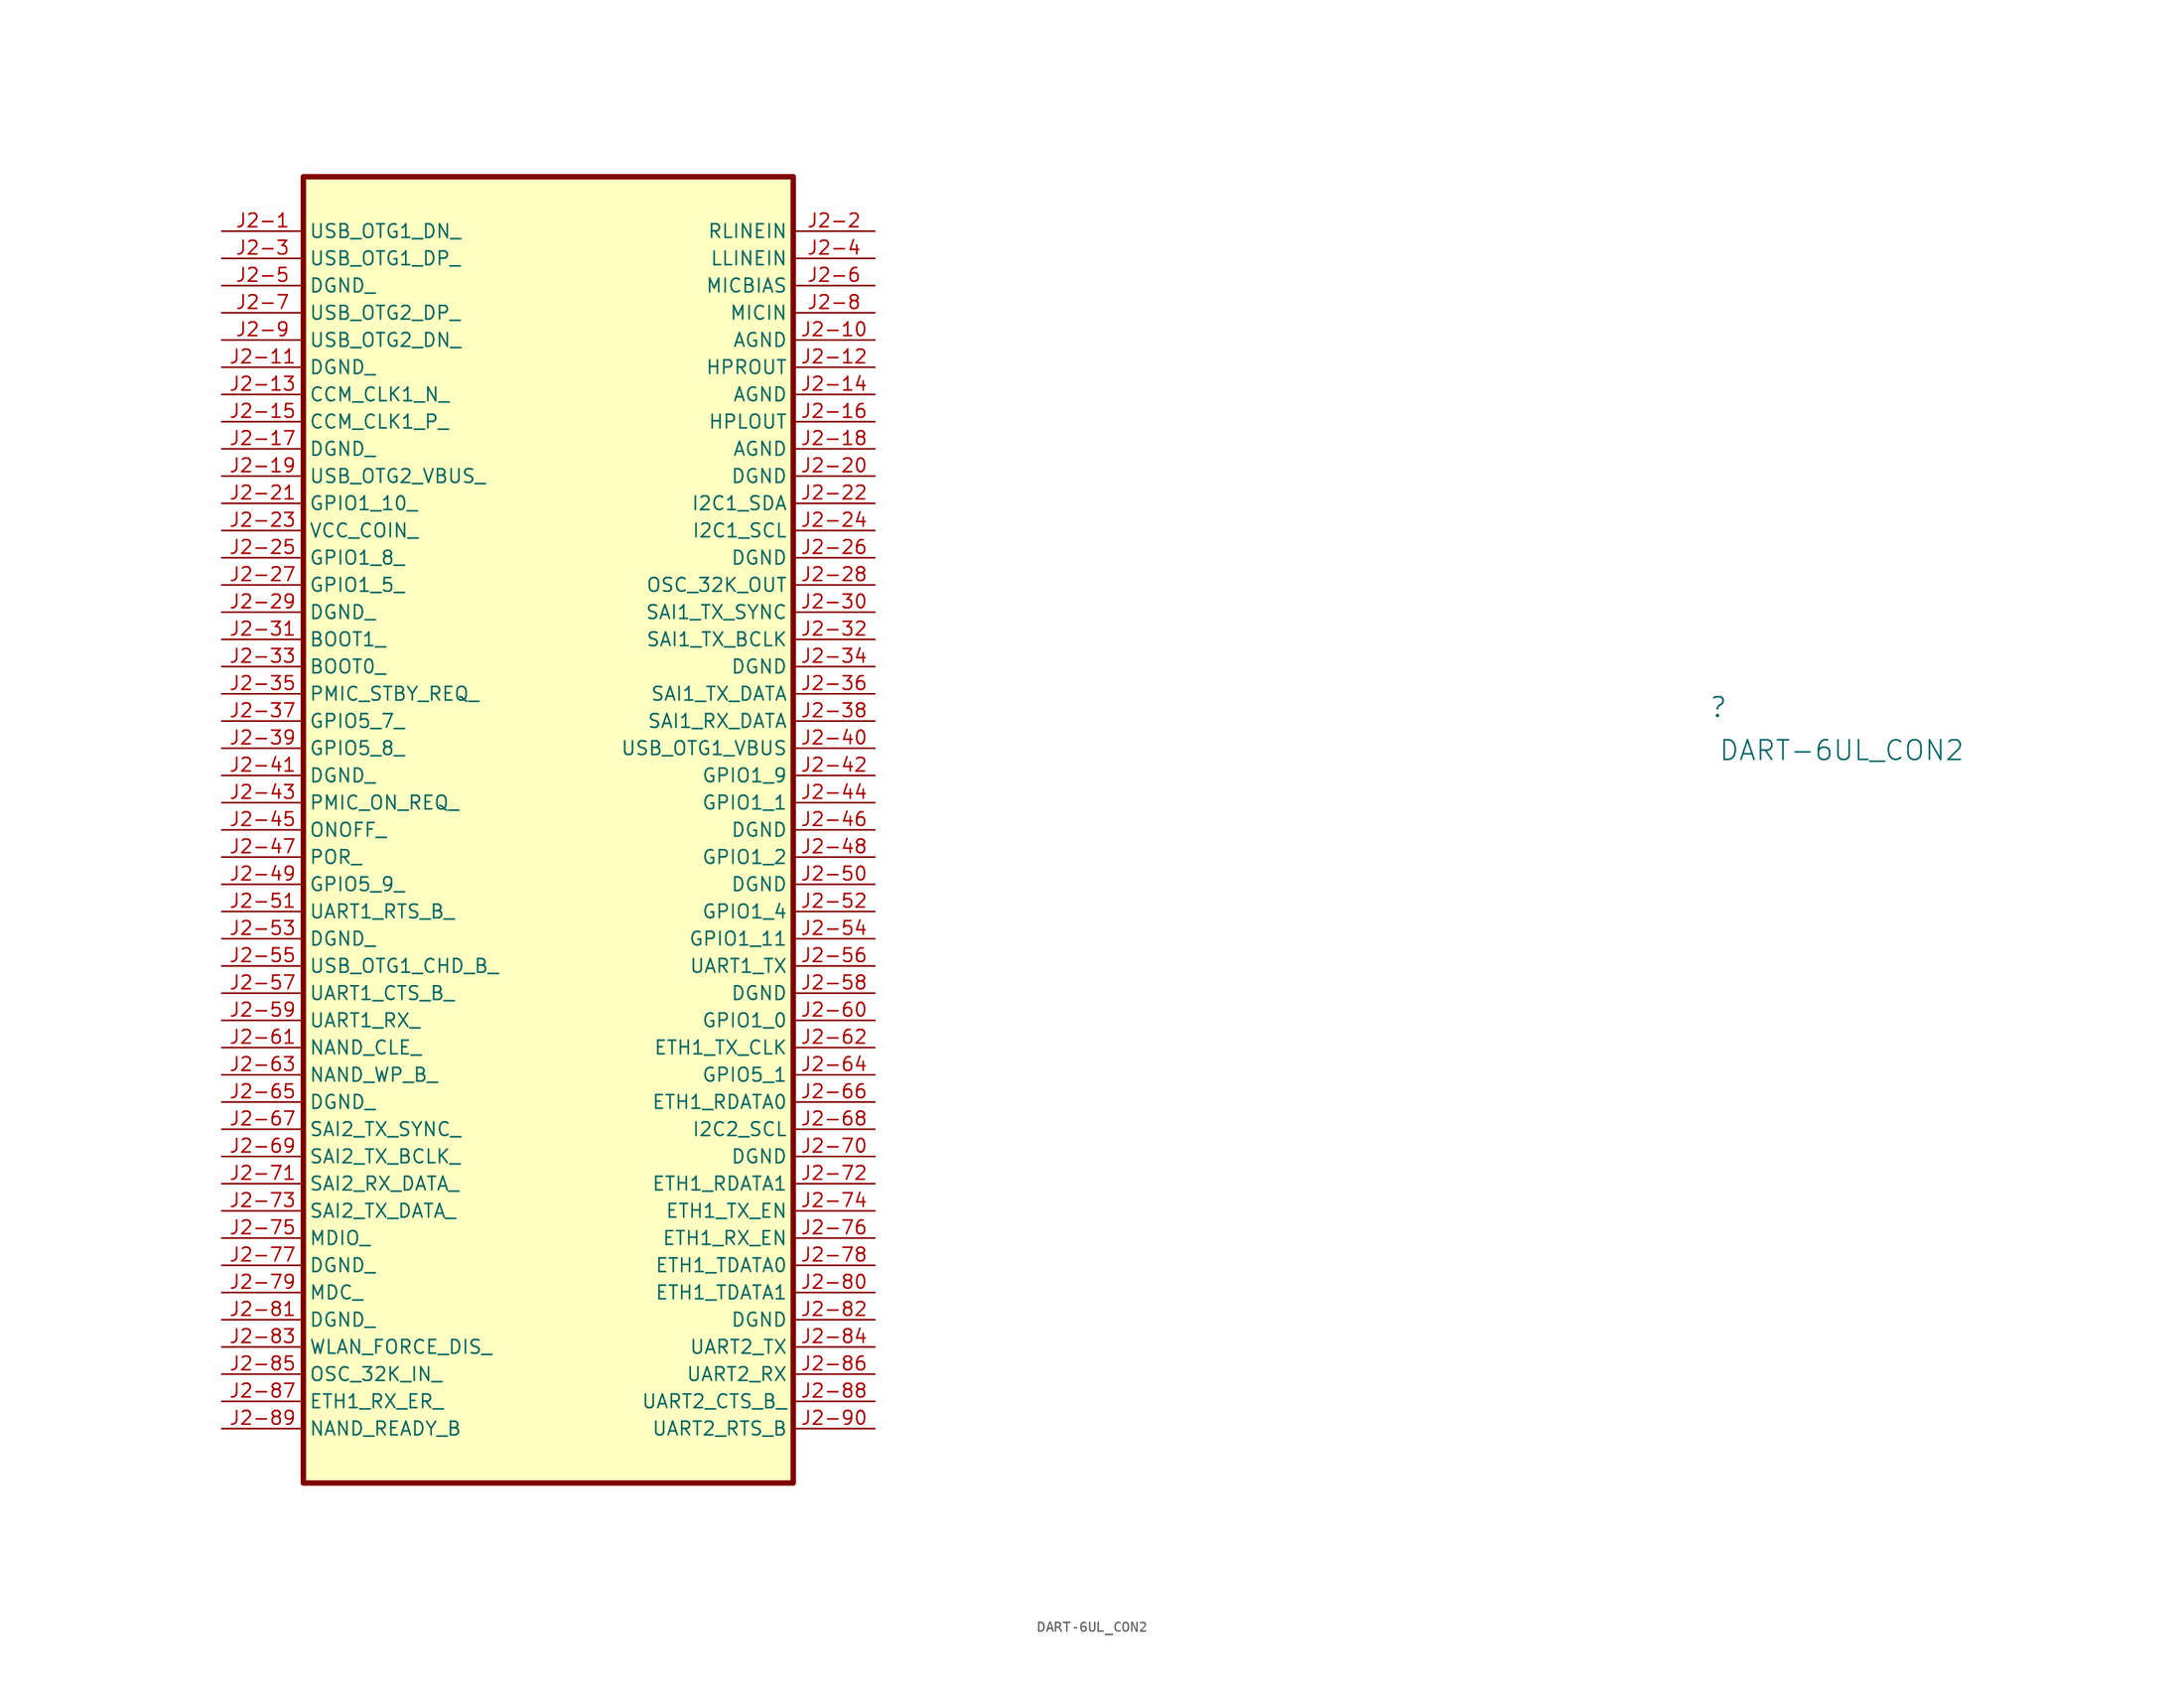
<source format=kicad_sym>
(kicad_symbol_lib
  (version 20241209)
  (generator "kicad_symbol_editor")
  (generator_version "9.0")
  (symbol "DART-6UL_CON2"
    (property "Reference" ""
      (at 7.62 1.27 0)
      (effects (font (size 1.829 1.829))))
    (property "Value" "DART-6UL_CON2"
      (at 7.62 -3.81 0)
      (effects (font (size 1.829 1.829)) (justify left bottom)))
    (symbol "DART-6UL_CON2_1_0"
      (rectangle (start -78.74 50.8) (end -124.46 -71.12) (stroke (width 0.508) (type solid) (color 128 0 0 1)) (fill (type background)))
      (pin passive line (at -132.08 45.72 0) (length 7.62) (name "USB_OTG1_DN_" (effects (font (size 1.27 1.27)))) (number "J2-1" (effects (font (size 1.27 1.27)))))
      (pin passive line (at -132.08 43.18 0) (length 7.62) (name "USB_OTG1_DP_" (effects (font (size 1.27 1.27)))) (number "J2-3" (effects (font (size 1.27 1.27)))))
      (pin passive line (at -132.08 40.64 0) (length 7.62) (name "DGND_" (effects (font (size 1.27 1.27)))) (number "J2-5" (effects (font (size 1.27 1.27)))))
      (pin passive line (at -132.08 38.1 0) (length 7.62) (name "USB_OTG2_DP_" (effects (font (size 1.27 1.27)))) (number "J2-7" (effects (font (size 1.27 1.27)))))
      (pin passive line (at -132.08 35.56 0) (length 7.62) (name "USB_OTG2_DN_" (effects (font (size 1.27 1.27)))) (number "J2-9" (effects (font (size 1.27 1.27)))))
      (pin passive line (at -132.08 33.02 0) (length 7.62) (name "DGND_" (effects (font (size 1.27 1.27)))) (number "J2-11" (effects (font (size 1.27 1.27)))))
      (pin passive line (at -132.08 30.48 0) (length 7.62) (name "CCM_CLK1_N_" (effects (font (size 1.27 1.27)))) (number "J2-13" (effects (font (size 1.27 1.27)))))
      (pin passive line (at -132.08 27.94 0) (length 7.62) (name "CCM_CLK1_P_" (effects (font (size 1.27 1.27)))) (number "J2-15" (effects (font (size 1.27 1.27)))))
      (pin passive line (at -132.08 25.4 0) (length 7.62) (name "DGND_" (effects (font (size 1.27 1.27)))) (number "J2-17" (effects (font (size 1.27 1.27)))))
      (pin passive line (at -132.08 22.86 0) (length 7.62) (name "USB_OTG2_VBUS_" (effects (font (size 1.27 1.27)))) (number "J2-19" (effects (font (size 1.27 1.27)))))
      (pin passive line (at -132.08 20.32 0) (length 7.62) (name "GPIO1_10_" (effects (font (size 1.27 1.27)))) (number "J2-21" (effects (font (size 1.27 1.27)))))
      (pin passive line (at -132.08 17.78 0) (length 7.62) (name "VCC_COIN_" (effects (font (size 1.27 1.27)))) (number "J2-23" (effects (font (size 1.27 1.27)))))
      (pin passive line (at -132.08 15.24 0) (length 7.62) (name "GPIO1_8_" (effects (font (size 1.27 1.27)))) (number "J2-25" (effects (font (size 1.27 1.27)))))
      (pin passive line (at -132.08 12.7 0) (length 7.62) (name "GPIO1_5_" (effects (font (size 1.27 1.27)))) (number "J2-27" (effects (font (size 1.27 1.27)))))
      (pin passive line (at -132.08 10.16 0) (length 7.62) (name "DGND_" (effects (font (size 1.27 1.27)))) (number "J2-29" (effects (font (size 1.27 1.27)))))
      (pin passive line (at -132.08 7.62 0) (length 7.62) (name "BOOT1_" (effects (font (size 1.27 1.27)))) (number "J2-31" (effects (font (size 1.27 1.27)))))
      (pin passive line (at -132.08 5.08 0) (length 7.62) (name "BOOT0_" (effects (font (size 1.27 1.27)))) (number "J2-33" (effects (font (size 1.27 1.27)))))
      (pin passive line (at -132.08 2.54 0) (length 7.62) (name "PMIC_STBY_REQ_" (effects (font (size 1.27 1.27)))) (number "J2-35" (effects (font (size 1.27 1.27)))))
      (pin passive line (at -132.08 0 0) (length 7.62) (name "GPIO5_7_" (effects (font (size 1.27 1.27)))) (number "J2-37" (effects (font (size 1.27 1.27)))))
      (pin passive line (at -132.08 -2.54 0) (length 7.62) (name "GPIO5_8_" (effects (font (size 1.27 1.27)))) (number "J2-39" (effects (font (size 1.27 1.27)))))
      (pin passive line (at -132.08 -5.08 0) (length 7.62) (name "DGND_" (effects (font (size 1.27 1.27)))) (number "J2-41" (effects (font (size 1.27 1.27)))))
      (pin passive line (at -132.08 -7.62 0) (length 7.62) (name "PMIC_ON_REQ_" (effects (font (size 1.27 1.27)))) (number "J2-43" (effects (font (size 1.27 1.27)))))
      (pin passive line (at -132.08 -10.16 0) (length 7.62) (name "ONOFF_" (effects (font (size 1.27 1.27)))) (number "J2-45" (effects (font (size 1.27 1.27)))))
      (pin passive line (at -132.08 -12.7 0) (length 7.62) (name "POR_" (effects (font (size 1.27 1.27)))) (number "J2-47" (effects (font (size 1.27 1.27)))))
      (pin passive line (at -132.08 -15.24 0) (length 7.62) (name "GPIO5_9_" (effects (font (size 1.27 1.27)))) (number "J2-49" (effects (font (size 1.27 1.27)))))
      (pin passive line (at -132.08 -17.78 0) (length 7.62) (name "UART1_RTS_B_" (effects (font (size 1.27 1.27)))) (number "J2-51" (effects (font (size 1.27 1.27)))))
      (pin passive line (at -132.08 -20.32 0) (length 7.62) (name "DGND_" (effects (font (size 1.27 1.27)))) (number "J2-53" (effects (font (size 1.27 1.27)))))
      (pin passive line (at -132.08 -22.86 0) (length 7.62) (name "USB_OTG1_CHD_B_" (effects (font (size 1.27 1.27)))) (number "J2-55" (effects (font (size 1.27 1.27)))))
      (pin passive line (at -132.08 -25.4 0) (length 7.62) (name "UART1_CTS_B_" (effects (font (size 1.27 1.27)))) (number "J2-57" (effects (font (size 1.27 1.27)))))
      (pin passive line (at -132.08 -27.94 0) (length 7.62) (name "UART1_RX_" (effects (font (size 1.27 1.27)))) (number "J2-59" (effects (font (size 1.27 1.27)))))
      (pin passive line (at -132.08 -30.48 0) (length 7.62) (name "NAND_CLE_" (effects (font (size 1.27 1.27)))) (number "J2-61" (effects (font (size 1.27 1.27)))))
      (pin passive line (at -132.08 -33.02 0) (length 7.62) (name "NAND_WP_B_" (effects (font (size 1.27 1.27)))) (number "J2-63" (effects (font (size 1.27 1.27)))))
      (pin passive line (at -132.08 -35.56 0) (length 7.62) (name "DGND_" (effects (font (size 1.27 1.27)))) (number "J2-65" (effects (font (size 1.27 1.27)))))
      (pin passive line (at -132.08 -38.1 0) (length 7.62) (name "SAI2_TX_SYNC_" (effects (font (size 1.27 1.27)))) (number "J2-67" (effects (font (size 1.27 1.27)))))
      (pin passive line (at -132.08 -40.64 0) (length 7.62) (name "SAI2_TX_BCLK_" (effects (font (size 1.27 1.27)))) (number "J2-69" (effects (font (size 1.27 1.27)))))
      (pin passive line (at -132.08 -43.18 0) (length 7.62) (name "SAI2_RX_DATA_" (effects (font (size 1.27 1.27)))) (number "J2-71" (effects (font (size 1.27 1.27)))))
      (pin passive line (at -132.08 -45.72 0) (length 7.62) (name "SAI2_TX_DATA_" (effects (font (size 1.27 1.27)))) (number "J2-73" (effects (font (size 1.27 1.27)))))
      (pin passive line (at -132.08 -48.26 0) (length 7.62) (name "MDIO_" (effects (font (size 1.27 1.27)))) (number "J2-75" (effects (font (size 1.27 1.27)))))
      (pin passive line (at -132.08 -50.8 0) (length 7.62) (name "DGND_" (effects (font (size 1.27 1.27)))) (number "J2-77" (effects (font (size 1.27 1.27)))))
      (pin passive line (at -132.08 -53.34 0) (length 7.62) (name "MDC_" (effects (font (size 1.27 1.27)))) (number "J2-79" (effects (font (size 1.27 1.27)))))
      (pin passive line (at -132.08 -55.88 0) (length 7.62) (name "DGND_" (effects (font (size 1.27 1.27)))) (number "J2-81" (effects (font (size 1.27 1.27)))))
      (pin passive line (at -132.08 -58.42 0) (length 7.62) (name "WLAN_FORCE_DIS_" (effects (font (size 1.27 1.27)))) (number "J2-83" (effects (font (size 1.27 1.27)))))
      (pin passive line (at -132.08 -60.96 0) (length 7.62) (name "OSC_32K_IN_" (effects (font (size 1.27 1.27)))) (number "J2-85" (effects (font (size 1.27 1.27)))))
      (pin passive line (at -132.08 -63.5 0) (length 7.62) (name "ETH1_RX_ER_" (effects (font (size 1.27 1.27)))) (number "J2-87" (effects (font (size 1.27 1.27)))))
      (pin passive line (at -132.08 -66.04 0) (length 7.62) (name "NAND_READY_B" (effects (font (size 1.27 1.27)))) (number "J2-89" (effects (font (size 1.27 1.27)))))
      (pin passive line (at -71.12 45.72 180) (length 7.62) (name "RLINEIN" (effects (font (size 1.27 1.27)))) (number "J2-2" (effects (font (size 1.27 1.27)))))
      (pin passive line (at -71.12 43.18 180) (length 7.62) (name "LLINEIN" (effects (font (size 1.27 1.27)))) (number "J2-4" (effects (font (size 1.27 1.27)))))
      (pin passive line (at -71.12 40.64 180) (length 7.62) (name "MICBIAS" (effects (font (size 1.27 1.27)))) (number "J2-6" (effects (font (size 1.27 1.27)))))
      (pin passive line (at -71.12 38.1 180) (length 7.62) (name "MICIN" (effects (font (size 1.27 1.27)))) (number "J2-8" (effects (font (size 1.27 1.27)))))
      (pin passive line (at -71.12 35.56 180) (length 7.62) (name "AGND" (effects (font (size 1.27 1.27)))) (number "J2-10" (effects (font (size 1.27 1.27)))))
      (pin passive line (at -71.12 33.02 180) (length 7.62) (name "HPROUT" (effects (font (size 1.27 1.27)))) (number "J2-12" (effects (font (size 1.27 1.27)))))
      (pin passive line (at -71.12 30.48 180) (length 7.62) (name "AGND" (effects (font (size 1.27 1.27)))) (number "J2-14" (effects (font (size 1.27 1.27)))))
      (pin passive line (at -71.12 27.94 180) (length 7.62) (name "HPLOUT" (effects (font (size 1.27 1.27)))) (number "J2-16" (effects (font (size 1.27 1.27)))))
      (pin passive line (at -71.12 25.4 180) (length 7.62) (name "AGND" (effects (font (size 1.27 1.27)))) (number "J2-18" (effects (font (size 1.27 1.27)))))
      (pin passive line (at -71.12 22.86 180) (length 7.62) (name "DGND" (effects (font (size 1.27 1.27)))) (number "J2-20" (effects (font (size 1.27 1.27)))))
      (pin passive line (at -71.12 20.32 180) (length 7.62) (name "I2C1_SDA" (effects (font (size 1.27 1.27)))) (number "J2-22" (effects (font (size 1.27 1.27)))))
      (pin passive line (at -71.12 17.78 180) (length 7.62) (name "I2C1_SCL" (effects (font (size 1.27 1.27)))) (number "J2-24" (effects (font (size 1.27 1.27)))))
      (pin passive line (at -71.12 15.24 180) (length 7.62) (name "DGND" (effects (font (size 1.27 1.27)))) (number "J2-26" (effects (font (size 1.27 1.27)))))
      (pin passive line (at -71.12 12.7 180) (length 7.62) (name "OSC_32K_OUT" (effects (font (size 1.27 1.27)))) (number "J2-28" (effects (font (size 1.27 1.27)))))
      (pin passive line (at -71.12 10.16 180) (length 7.62) (name "SAI1_TX_SYNC" (effects (font (size 1.27 1.27)))) (number "J2-30" (effects (font (size 1.27 1.27)))))
      (pin passive line (at -71.12 7.62 180) (length 7.62) (name "SAI1_TX_BCLK" (effects (font (size 1.27 1.27)))) (number "J2-32" (effects (font (size 1.27 1.27)))))
      (pin passive line (at -71.12 5.08 180) (length 7.62) (name "DGND" (effects (font (size 1.27 1.27)))) (number "J2-34" (effects (font (size 1.27 1.27)))))
      (pin passive line (at -71.12 2.54 180) (length 7.62) (name "SAI1_TX_DATA" (effects (font (size 1.27 1.27)))) (number "J2-36" (effects (font (size 1.27 1.27)))))
      (pin passive line (at -71.12 0 180) (length 7.62) (name "SAI1_RX_DATA" (effects (font (size 1.27 1.27)))) (number "J2-38" (effects (font (size 1.27 1.27)))))
      (pin passive line (at -71.12 -2.54 180) (length 7.62) (name "USB_OTG1_VBUS" (effects (font (size 1.27 1.27)))) (number "J2-40" (effects (font (size 1.27 1.27)))))
      (pin passive line (at -71.12 -5.08 180) (length 7.62) (name "GPIO1_9" (effects (font (size 1.27 1.27)))) (number "J2-42" (effects (font (size 1.27 1.27)))))
      (pin passive line (at -71.12 -7.62 180) (length 7.62) (name "GPIO1_1" (effects (font (size 1.27 1.27)))) (number "J2-44" (effects (font (size 1.27 1.27)))))
      (pin passive line (at -71.12 -10.16 180) (length 7.62) (name "DGND" (effects (font (size 1.27 1.27)))) (number "J2-46" (effects (font (size 1.27 1.27)))))
      (pin passive line (at -71.12 -12.7 180) (length 7.62) (name "GPIO1_2" (effects (font (size 1.27 1.27)))) (number "J2-48" (effects (font (size 1.27 1.27)))))
      (pin passive line (at -71.12 -15.24 180) (length 7.62) (name "DGND" (effects (font (size 1.27 1.27)))) (number "J2-50" (effects (font (size 1.27 1.27)))))
      (pin passive line (at -71.12 -17.78 180) (length 7.62) (name "GPIO1_4" (effects (font (size 1.27 1.27)))) (number "J2-52" (effects (font (size 1.27 1.27)))))
      (pin passive line (at -71.12 -20.32 180) (length 7.62) (name "GPIO1_11" (effects (font (size 1.27 1.27)))) (number "J2-54" (effects (font (size 1.27 1.27)))))
      (pin passive line (at -71.12 -22.86 180) (length 7.62) (name "UART1_TX" (effects (font (size 1.27 1.27)))) (number "J2-56" (effects (font (size 1.27 1.27)))))
      (pin passive line (at -71.12 -25.4 180) (length 7.62) (name "DGND" (effects (font (size 1.27 1.27)))) (number "J2-58" (effects (font (size 1.27 1.27)))))
      (pin passive line (at -71.12 -27.94 180) (length 7.62) (name "GPIO1_0" (effects (font (size 1.27 1.27)))) (number "J2-60" (effects (font (size 1.27 1.27)))))
      (pin passive line (at -71.12 -30.48 180) (length 7.62) (name "ETH1_TX_CLK" (effects (font (size 1.27 1.27)))) (number "J2-62" (effects (font (size 1.27 1.27)))))
      (pin passive line (at -71.12 -33.02 180) (length 7.62) (name "GPIO5_1" (effects (font (size 1.27 1.27)))) (number "J2-64" (effects (font (size 1.27 1.27)))))
      (pin passive line (at -71.12 -35.56 180) (length 7.62) (name "ETH1_RDATA0" (effects (font (size 1.27 1.27)))) (number "J2-66" (effects (font (size 1.27 1.27)))))
      (pin passive line (at -71.12 -38.1 180) (length 7.62) (name "I2C2_SCL" (effects (font (size 1.27 1.27)))) (number "J2-68" (effects (font (size 1.27 1.27)))))
      (pin passive line (at -71.12 -40.64 180) (length 7.62) (name "DGND" (effects (font (size 1.27 1.27)))) (number "J2-70" (effects (font (size 1.27 1.27)))))
      (pin passive line (at -71.12 -43.18 180) (length 7.62) (name "ETH1_RDATA1" (effects (font (size 1.27 1.27)))) (number "J2-72" (effects (font (size 1.27 1.27)))))
      (pin passive line (at -71.12 -45.72 180) (length 7.62) (name "ETH1_TX_EN" (effects (font (size 1.27 1.27)))) (number "J2-74" (effects (font (size 1.27 1.27)))))
      (pin passive line (at -71.12 -48.26 180) (length 7.62) (name "ETH1_RX_EN" (effects (font (size 1.27 1.27)))) (number "J2-76" (effects (font (size 1.27 1.27)))))
      (pin passive line (at -71.12 -50.8 180) (length 7.62) (name "ETH1_TDATA0" (effects (font (size 1.27 1.27)))) (number "J2-78" (effects (font (size 1.27 1.27)))))
      (pin passive line (at -71.12 -53.34 180) (length 7.62) (name "ETH1_TDATA1" (effects (font (size 1.27 1.27)))) (number "J2-80" (effects (font (size 1.27 1.27)))))
      (pin passive line (at -71.12 -55.88 180) (length 7.62) (name "DGND" (effects (font (size 1.27 1.27)))) (number "J2-82" (effects (font (size 1.27 1.27)))))
      (pin passive line (at -71.12 -58.42 180) (length 7.62) (name "UART2_TX" (effects (font (size 1.27 1.27)))) (number "J2-84" (effects (font (size 1.27 1.27)))))
      (pin passive line (at -71.12 -60.96 180) (length 7.62) (name "UART2_RX" (effects (font (size 1.27 1.27)))) (number "J2-86" (effects (font (size 1.27 1.27)))))
      (pin passive line (at -71.12 -63.5 180) (length 7.62) (name "UART2_CTS_B_" (effects (font (size 1.27 1.27)))) (number "J2-88" (effects (font (size 1.27 1.27)))))
      (pin passive line (at -71.12 -66.04 180) (length 7.62) (name "UART2_RTS_B" (effects (font (size 1.27 1.27)))) (number "J2-90" (effects (font (size 1.27 1.27))))))))
</source>
